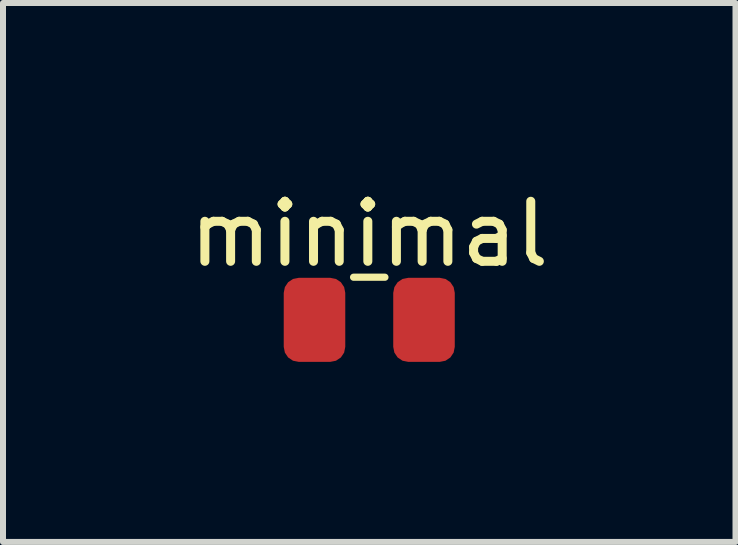
<source format=kicad_pcb>
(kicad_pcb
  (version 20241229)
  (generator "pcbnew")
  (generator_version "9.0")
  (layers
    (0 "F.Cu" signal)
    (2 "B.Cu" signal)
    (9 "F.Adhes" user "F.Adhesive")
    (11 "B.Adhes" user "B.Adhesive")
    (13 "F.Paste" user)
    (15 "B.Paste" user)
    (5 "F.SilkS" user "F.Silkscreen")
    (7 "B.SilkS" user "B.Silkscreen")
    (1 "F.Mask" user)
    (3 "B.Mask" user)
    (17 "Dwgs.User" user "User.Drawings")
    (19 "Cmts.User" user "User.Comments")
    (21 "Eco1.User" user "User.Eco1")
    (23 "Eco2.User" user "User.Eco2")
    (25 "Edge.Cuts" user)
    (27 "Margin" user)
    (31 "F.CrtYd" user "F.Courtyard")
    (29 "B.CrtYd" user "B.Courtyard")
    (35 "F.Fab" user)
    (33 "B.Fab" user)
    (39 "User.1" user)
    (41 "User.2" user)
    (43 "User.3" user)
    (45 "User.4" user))
  (footprint "minimal"
    (layer "F.Cu")
    (at 3.101 2.278)
    (property "Reference" "minimal" (at 0 -1.43 0) (layer "F.SilkS") (effects (font (size 1 1) (thickness 0.15))))
    (attr smd)
    (fp_line (start -0.261 -0.71) (end 0.261 -0.71) (stroke (width 0.12) (type solid)) (layer "F.SilkS"))
    (pad "1" smd roundrect (at -0.912 0) (size 1.025 1.4) (layers "F.Cu" "F.Mask" "F.Paste") (roundrect_rratio 0.244))
    (pad "2" smd roundrect (at 0.912 0) (size 1.025 1.4) (layers "F.Cu" "F.Mask" "F.Paste") (roundrect_rratio 0.244)))
  (gr_rect
    (start -3 -3)
    (end 9.202 5.978)
    (stroke (width 0.1) (type default))
    (fill no)
    (layer "Edge.Cuts")))
</source>
